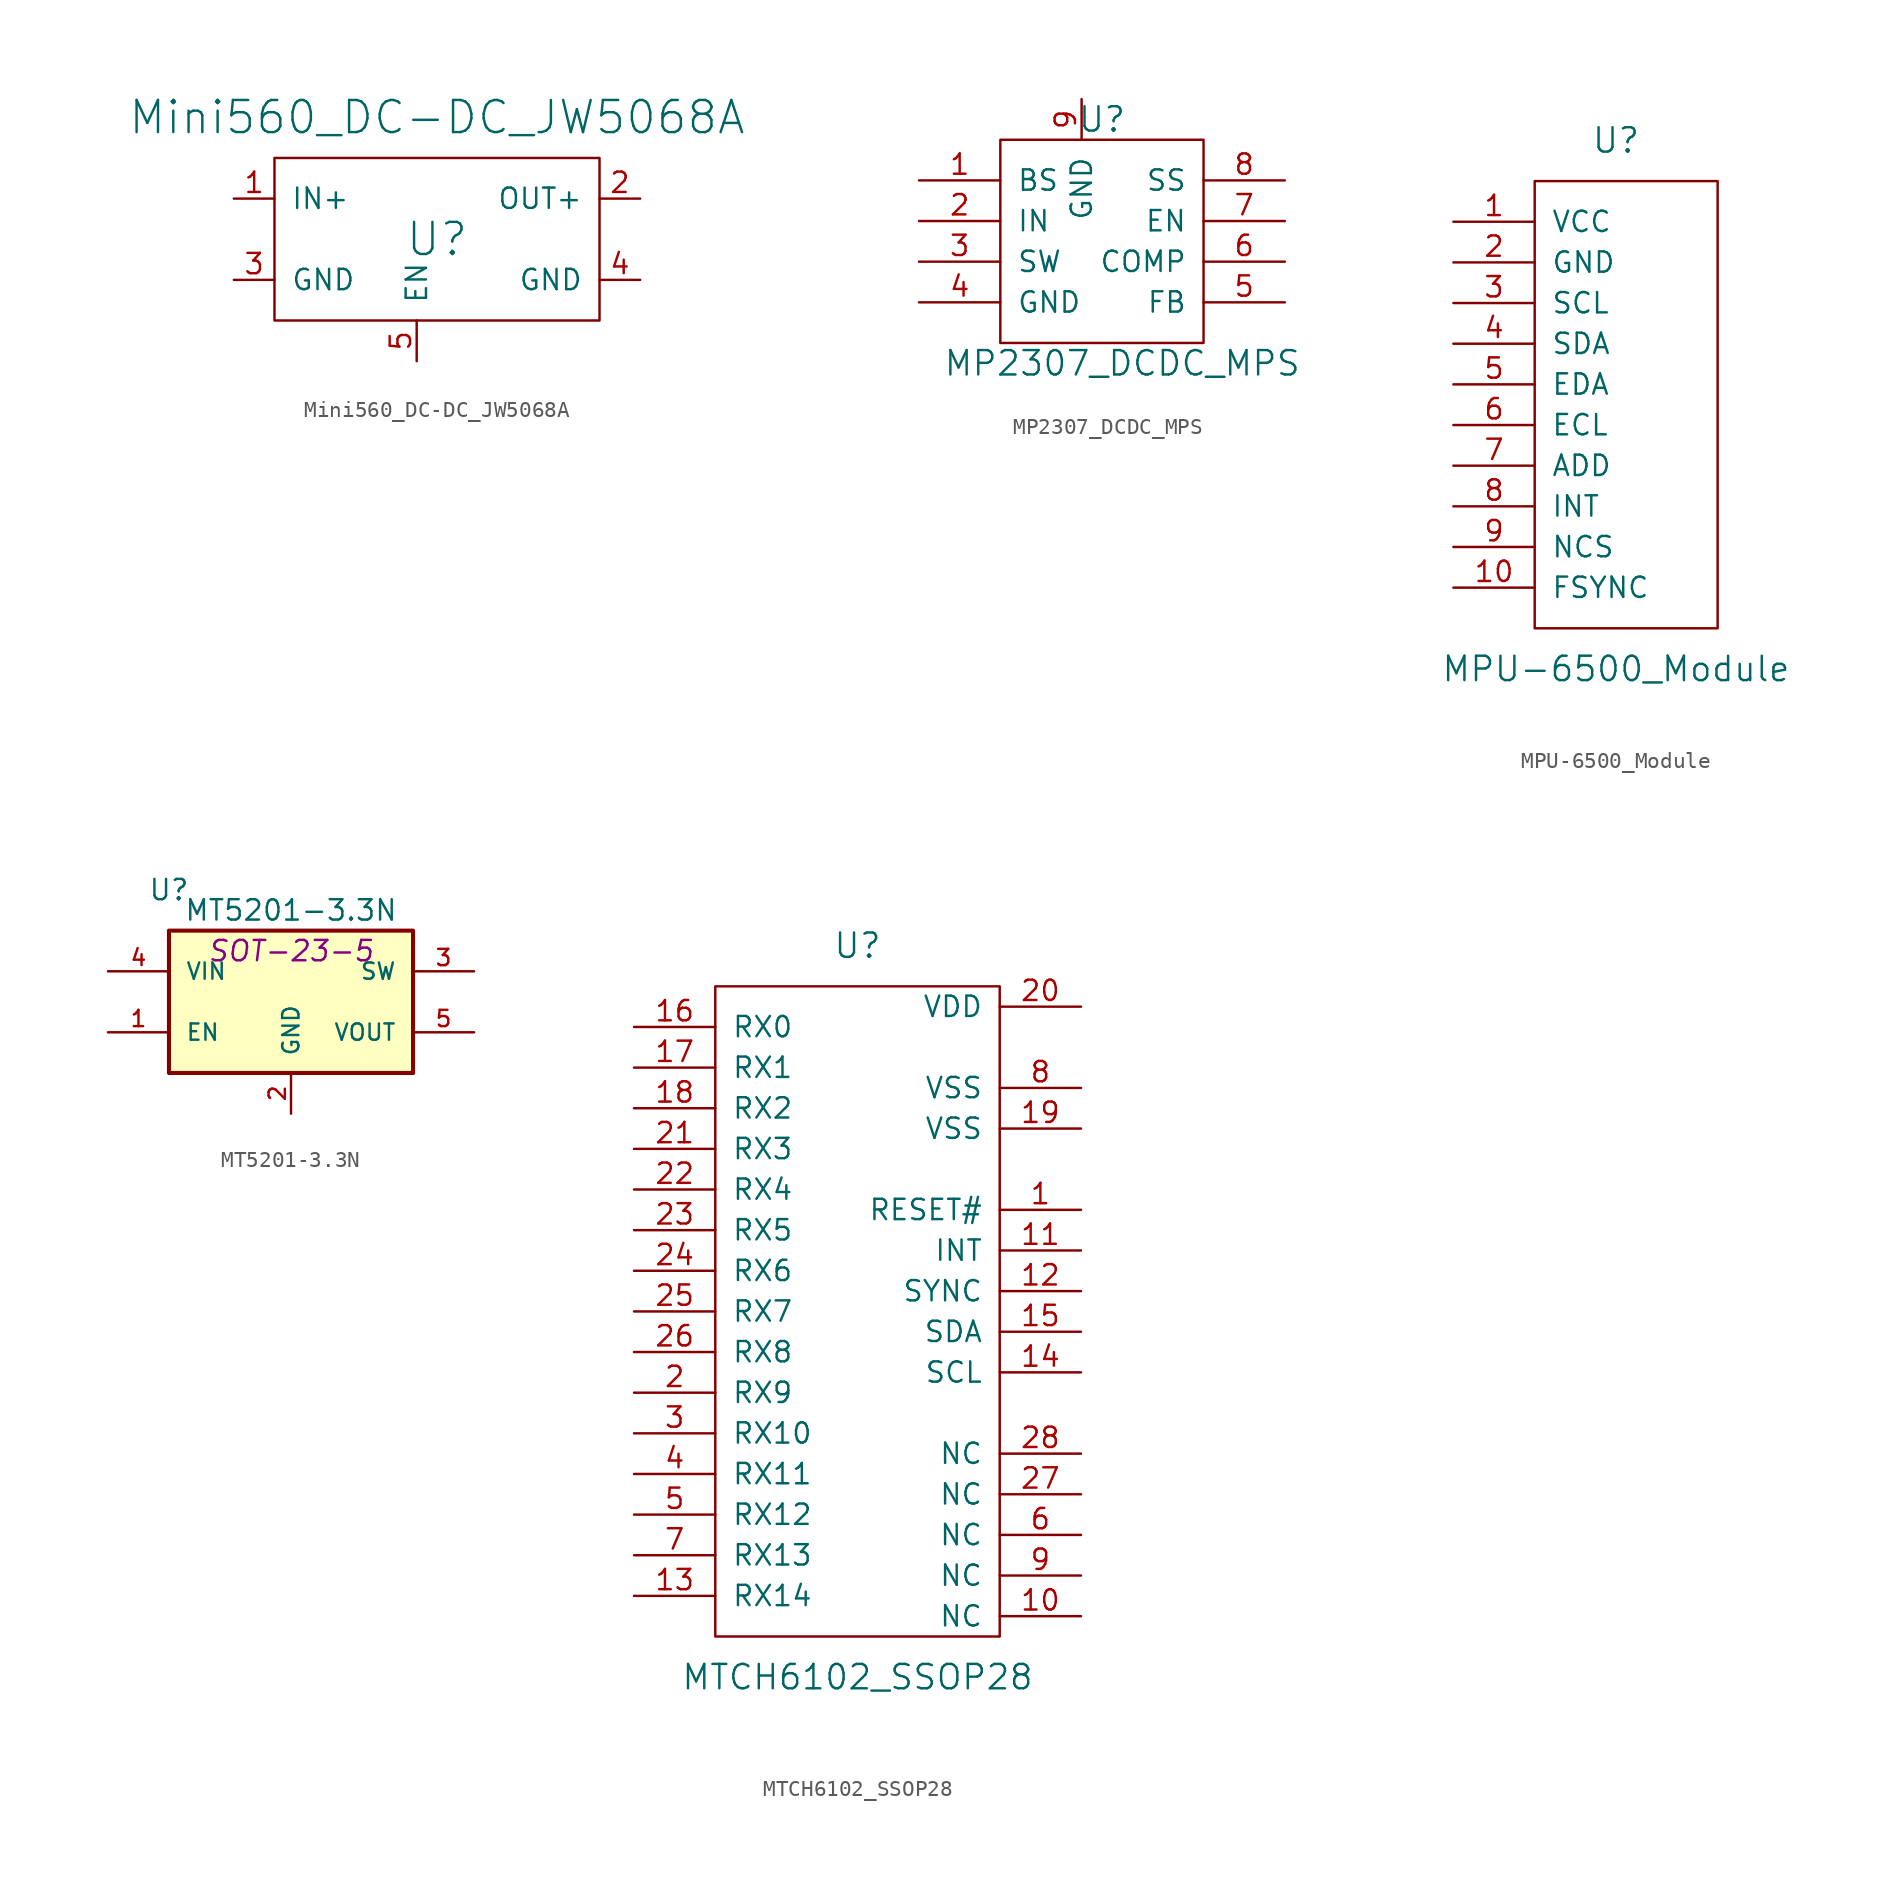
<source format=kicad_sym>
(kicad_symbol_lib
  (version 20220914)
  (generator kicad_symbol_editor)
  (symbol "Mini560_DC-DC_JW5068A"
    (pin_names
      (offset 1.016))
    (property "Reference" "U"
      (at 0 0 0)
      (effects (font (size 2.007 2.007))))
    (property "Value" "Mini560_DC-DC_JW5068A"
      (at 0 7.62 0)
      (effects (font (size 2.007 2.007))))
    (symbol "Mini560_DC-DC_JW5068A_0_1"
      (rectangle (start -10.16 5.08) (end 10.16 -5.08) (stroke (width 0) (type solid)) (fill (type none))))
    (symbol "Mini560_DC-DC_JW5068A_1_1"
      (pin power_in line (at -12.7 2.54 0) (length 2.54) (name "IN+" (effects (font (size 1.27 1.27)))) (number "1" (effects (font (size 1.27 1.27)))))
      (pin bidirectional line (at 12.7 2.54 180) (length 2.54) (name "OUT+" (effects (font (size 1.27 1.27)))) (number "2" (effects (font (size 1.27 1.27)))))
      (pin bidirectional line (at -12.7 -2.54 0) (length 2.54) (name "GND" (effects (font (size 1.27 1.27)))) (number "3" (effects (font (size 1.27 1.27)))))
      (pin bidirectional line (at 12.7 -2.54 180) (length 2.54) (name "GND" (effects (font (size 1.27 1.27)))) (number "4" (effects (font (size 1.27 1.27)))))
      (pin input line (at -1.27 -7.62 90) (length 2.54) (name "EN" (effects (font (size 1.27 1.27)))) (number "5" (effects (font (size 1.27 1.27)))))))
  (symbol "MP2307_DCDC_MPS"
    (pin_names
      (offset 1.016))
    (property "Reference" "U"
      (at 0 7.62 0)
      (effects (font (size 1.524 1.524))))
    (property "Value" "MP2307_DCDC_MPS"
      (at 1.27 -7.62 0)
      (effects (font (size 1.524 1.524))))
    (property "Footprint" ""
      (at 1.27 -7.62 0)
      (effects (font (size 1.524 1.524))))
    (property "Datasheet" ""
      (at 1.27 -7.62 0)
      (effects (font (size 1.524 1.524))))
    (symbol "MP2307_DCDC_MPS_0_1"
      (rectangle (start -6.35 6.35) (end 6.35 -6.35) (stroke (width 0) (type solid)) (fill (type none))))
    (symbol "MP2307_DCDC_MPS_1_1"
      (pin input line (at -11.43 3.81 0) (length 5.08) (name "BS" (effects (font (size 1.27 1.27)))) (number "1" (effects (font (size 1.27 1.27)))))
      (pin input line (at -11.43 1.27 0) (length 5.08) (name "IN" (effects (font (size 1.27 1.27)))) (number "2" (effects (font (size 1.27 1.27)))))
      (pin input line (at -11.43 -1.27 0) (length 5.08) (name "SW" (effects (font (size 1.27 1.27)))) (number "3" (effects (font (size 1.27 1.27)))))
      (pin input line (at -11.43 -3.81 0) (length 5.08) (name "GND" (effects (font (size 1.27 1.27)))) (number "4" (effects (font (size 1.27 1.27)))))
      (pin input line (at 11.43 -3.81 180) (length 5.08) (name "FB" (effects (font (size 1.27 1.27)))) (number "5" (effects (font (size 1.27 1.27)))))
      (pin input line (at 11.43 -1.27 180) (length 5.08) (name "COMP" (effects (font (size 1.27 1.27)))) (number "6" (effects (font (size 1.27 1.27)))))
      (pin input line (at 11.43 1.27 180) (length 5.08) (name "EN" (effects (font (size 1.27 1.27)))) (number "7" (effects (font (size 1.27 1.27)))))
      (pin input line (at 11.43 3.81 180) (length 5.08) (name "SS" (effects (font (size 1.27 1.27)))) (number "8" (effects (font (size 1.27 1.27)))))
      (pin input line (at -1.27 8.89 270) (length 2.54) (name "GND" (effects (font (size 1.27 1.27)))) (number "9" (effects (font (size 1.27 1.27)))))))
  (symbol "MPU-6500_Module"
    (pin_names
      (offset 1.016))
    (property "Reference" "U"
      (at 0 16.51 0)
      (effects (font (size 1.524 1.524))))
    (property "Value" "MPU-6500_Module"
      (at 0 -16.51 0)
      (effects (font (size 1.524 1.524))))
    (property "Footprint" ""
      (at -2.54 0 0)
      (effects (font (size 1.524 1.524))))
    (property "Datasheet" ""
      (at -2.54 0 0)
      (effects (font (size 1.524 1.524))))
    (symbol "MPU-6500_Module_0_1"
      (rectangle (start -5.08 -13.97) (end 6.35 13.97) (stroke (width 0) (type solid)) (fill (type none))))
    (symbol "MPU-6500_Module_1_1"
      (pin input line (at -10.16 11.43 0) (length 5.08) (name "VCC" (effects (font (size 1.27 1.27)))) (number "1" (effects (font (size 1.27 1.27)))))
      (pin input line (at -10.16 -11.43 0) (length 5.08) (name "FSYNC" (effects (font (size 1.27 1.27)))) (number "10" (effects (font (size 1.27 1.27)))))
      (pin input line (at -10.16 8.89 0) (length 5.08) (name "GND" (effects (font (size 1.27 1.27)))) (number "2" (effects (font (size 1.27 1.27)))))
      (pin input line (at -10.16 6.35 0) (length 5.08) (name "SCL" (effects (font (size 1.27 1.27)))) (number "3" (effects (font (size 1.27 1.27)))))
      (pin input line (at -10.16 3.81 0) (length 5.08) (name "SDA" (effects (font (size 1.27 1.27)))) (number "4" (effects (font (size 1.27 1.27)))))
      (pin input line (at -10.16 1.27 0) (length 5.08) (name "EDA" (effects (font (size 1.27 1.27)))) (number "5" (effects (font (size 1.27 1.27)))))
      (pin input line (at -10.16 -1.27 0) (length 5.08) (name "ECL" (effects (font (size 1.27 1.27)))) (number "6" (effects (font (size 1.27 1.27)))))
      (pin input line (at -10.16 -3.81 0) (length 5.08) (name "ADD" (effects (font (size 1.27 1.27)))) (number "7" (effects (font (size 1.27 1.27)))))
      (pin input line (at -10.16 -6.35 0) (length 5.08) (name "INT" (effects (font (size 1.27 1.27)))) (number "8" (effects (font (size 1.27 1.27)))))
      (pin input line (at -10.16 -8.89 0) (length 5.08) (name "NCS" (effects (font (size 1.27 1.27)))) (number "9" (effects (font (size 1.27 1.27)))))))
  (symbol "MT5201-3.3N"
    (pin_names
      (offset 1.016))
    (property "Reference" "U"
      (at -7.62 6.35 0)
      (effects (font (size 1.27 1.27))))
    (property "Value" "MT5201-3.3N"
      (at 0 5.08 0)
      (effects (font (size 1.27 1.27))))
    (property "Footprint" "SOT-23-5"
      (at 0 2.54 0)
      (effects (font (size 1.27 1.27) italic)))
    (property "Datasheet" ""
      (at 0 0 0)
      (effects (font (size 1.27 1.27))))
    (symbol "MT5201-3.3N_0_1"
      (rectangle (start -7.62 3.81) (end 7.62 -5.08) (stroke (width 0.254) (type solid)) (fill (type background))))
    (symbol "MT5201-3.3N_1_1"
      (pin input line (at -11.43 -2.54 0) (length 3.81) (name "EN" (effects (font (size 1.016 1.016)))) (number "1" (effects (font (size 1.016 1.016)))))
      (pin power_in line (at 0 -7.62 90) (length 2.54) (name "GND" (effects (font (size 1.016 1.016)))) (number "2" (effects (font (size 1.016 1.016)))))
      (pin power_out line (at 11.43 1.27 180) (length 3.81) (name "SW" (effects (font (size 1.016 1.016)))) (number "3" (effects (font (size 1.016 1.016)))))
      (pin input line (at -11.43 1.27 0) (length 3.81) (name "VIN" (effects (font (size 1.016 1.016)))) (number "4" (effects (font (size 1.016 1.016)))))
      (pin power_out line (at 11.43 -2.54 180) (length 3.81) (name "VOUT" (effects (font (size 1.016 1.016)))) (number "5" (effects (font (size 1.016 1.016)))))))
  (symbol "MTCH6102_SSOP28"
    (pin_names
      (offset 1.016))
    (property "Reference" "U"
      (at 0 22.86 0)
      (effects (font (size 1.524 1.524))))
    (property "Value" "MTCH6102_SSOP28"
      (at 0 -22.86 0)
      (effects (font (size 1.524 1.524))))
    (property "Footprint" ""
      (at -2.54 0 0)
      (effects (font (size 1.524 1.524))))
    (property "Datasheet" ""
      (at -2.54 0 0)
      (effects (font (size 1.524 1.524))))
    (symbol "MTCH6102_SSOP28_0_1"
      (rectangle (start -8.89 20.32) (end 8.89 -20.32) (stroke (width 0) (type solid)) (fill (type none))))
    (symbol "MTCH6102_SSOP28_1_1"
      (pin input line (at 13.97 6.35 180) (length 5.08) (name "RESET#" (effects (font (size 1.27 1.27)))) (number "1" (effects (font (size 1.27 1.27)))))
      (pin input line (at 13.97 -19.05 180) (length 5.08) (name "NC" (effects (font (size 1.27 1.27)))) (number "10" (effects (font (size 1.27 1.27)))))
      (pin input line (at 13.97 3.81 180) (length 5.08) (name "INT" (effects (font (size 1.27 1.27)))) (number "11" (effects (font (size 1.27 1.27)))))
      (pin input line (at 13.97 1.27 180) (length 5.08) (name "SYNC" (effects (font (size 1.27 1.27)))) (number "12" (effects (font (size 1.27 1.27)))))
      (pin input line (at -13.97 -17.78 0) (length 5.08) (name "RX14" (effects (font (size 1.27 1.27)))) (number "13" (effects (font (size 1.27 1.27)))))
      (pin input line (at 13.97 -3.81 180) (length 5.08) (name "SCL" (effects (font (size 1.27 1.27)))) (number "14" (effects (font (size 1.27 1.27)))))
      (pin input line (at 13.97 -1.27 180) (length 5.08) (name "SDA" (effects (font (size 1.27 1.27)))) (number "15" (effects (font (size 1.27 1.27)))))
      (pin input line (at -13.97 17.78 0) (length 5.08) (name "RX0" (effects (font (size 1.27 1.27)))) (number "16" (effects (font (size 1.27 1.27)))))
      (pin input line (at -13.97 15.24 0) (length 5.08) (name "RX1" (effects (font (size 1.27 1.27)))) (number "17" (effects (font (size 1.27 1.27)))))
      (pin input line (at -13.97 12.7 0) (length 5.08) (name "RX2" (effects (font (size 1.27 1.27)))) (number "18" (effects (font (size 1.27 1.27)))))
      (pin input line (at 13.97 11.43 180) (length 5.08) (name "VSS" (effects (font (size 1.27 1.27)))) (number "19" (effects (font (size 1.27 1.27)))))
      (pin input line (at -13.97 -5.08 0) (length 5.08) (name "RX9" (effects (font (size 1.27 1.27)))) (number "2" (effects (font (size 1.27 1.27)))))
      (pin input line (at 13.97 19.05 180) (length 5.08) (name "VDD" (effects (font (size 1.27 1.27)))) (number "20" (effects (font (size 1.27 1.27)))))
      (pin input line (at -13.97 10.16 0) (length 5.08) (name "RX3" (effects (font (size 1.27 1.27)))) (number "21" (effects (font (size 1.27 1.27)))))
      (pin input line (at -13.97 7.62 0) (length 5.08) (name "RX4" (effects (font (size 1.27 1.27)))) (number "22" (effects (font (size 1.27 1.27)))))
      (pin input line (at -13.97 5.08 0) (length 5.08) (name "RX5" (effects (font (size 1.27 1.27)))) (number "23" (effects (font (size 1.27 1.27)))))
      (pin input line (at -13.97 2.54 0) (length 5.08) (name "RX6" (effects (font (size 1.27 1.27)))) (number "24" (effects (font (size 1.27 1.27)))))
      (pin input line (at -13.97 0 0) (length 5.08) (name "RX7" (effects (font (size 1.27 1.27)))) (number "25" (effects (font (size 1.27 1.27)))))
      (pin input line (at -13.97 -2.54 0) (length 5.08) (name "RX8" (effects (font (size 1.27 1.27)))) (number "26" (effects (font (size 1.27 1.27)))))
      (pin input line (at 13.97 -11.43 180) (length 5.08) (name "NC" (effects (font (size 1.27 1.27)))) (number "27" (effects (font (size 1.27 1.27)))))
      (pin input line (at 13.97 -8.89 180) (length 5.08) (name "NC" (effects (font (size 1.27 1.27)))) (number "28" (effects (font (size 1.27 1.27)))))
      (pin input line (at -13.97 -7.62 0) (length 5.08) (name "RX10" (effects (font (size 1.27 1.27)))) (number "3" (effects (font (size 1.27 1.27)))))
      (pin input line (at -13.97 -10.16 0) (length 5.08) (name "RX11" (effects (font (size 1.27 1.27)))) (number "4" (effects (font (size 1.27 1.27)))))
      (pin input line (at -13.97 -12.7 0) (length 5.08) (name "RX12" (effects (font (size 1.27 1.27)))) (number "5" (effects (font (size 1.27 1.27)))))
      (pin input line (at 13.97 -13.97 180) (length 5.08) (name "NC" (effects (font (size 1.27 1.27)))) (number "6" (effects (font (size 1.27 1.27)))))
      (pin input line (at -13.97 -15.24 0) (length 5.08) (name "RX13" (effects (font (size 1.27 1.27)))) (number "7" (effects (font (size 1.27 1.27)))))
      (pin input line (at 13.97 13.97 180) (length 5.08) (name "VSS" (effects (font (size 1.27 1.27)))) (number "8" (effects (font (size 1.27 1.27)))))
      (pin input line (at 13.97 -16.51 180) (length 5.08) (name "NC" (effects (font (size 1.27 1.27)))) (number "9" (effects (font (size 1.27 1.27))))))))
</source>
